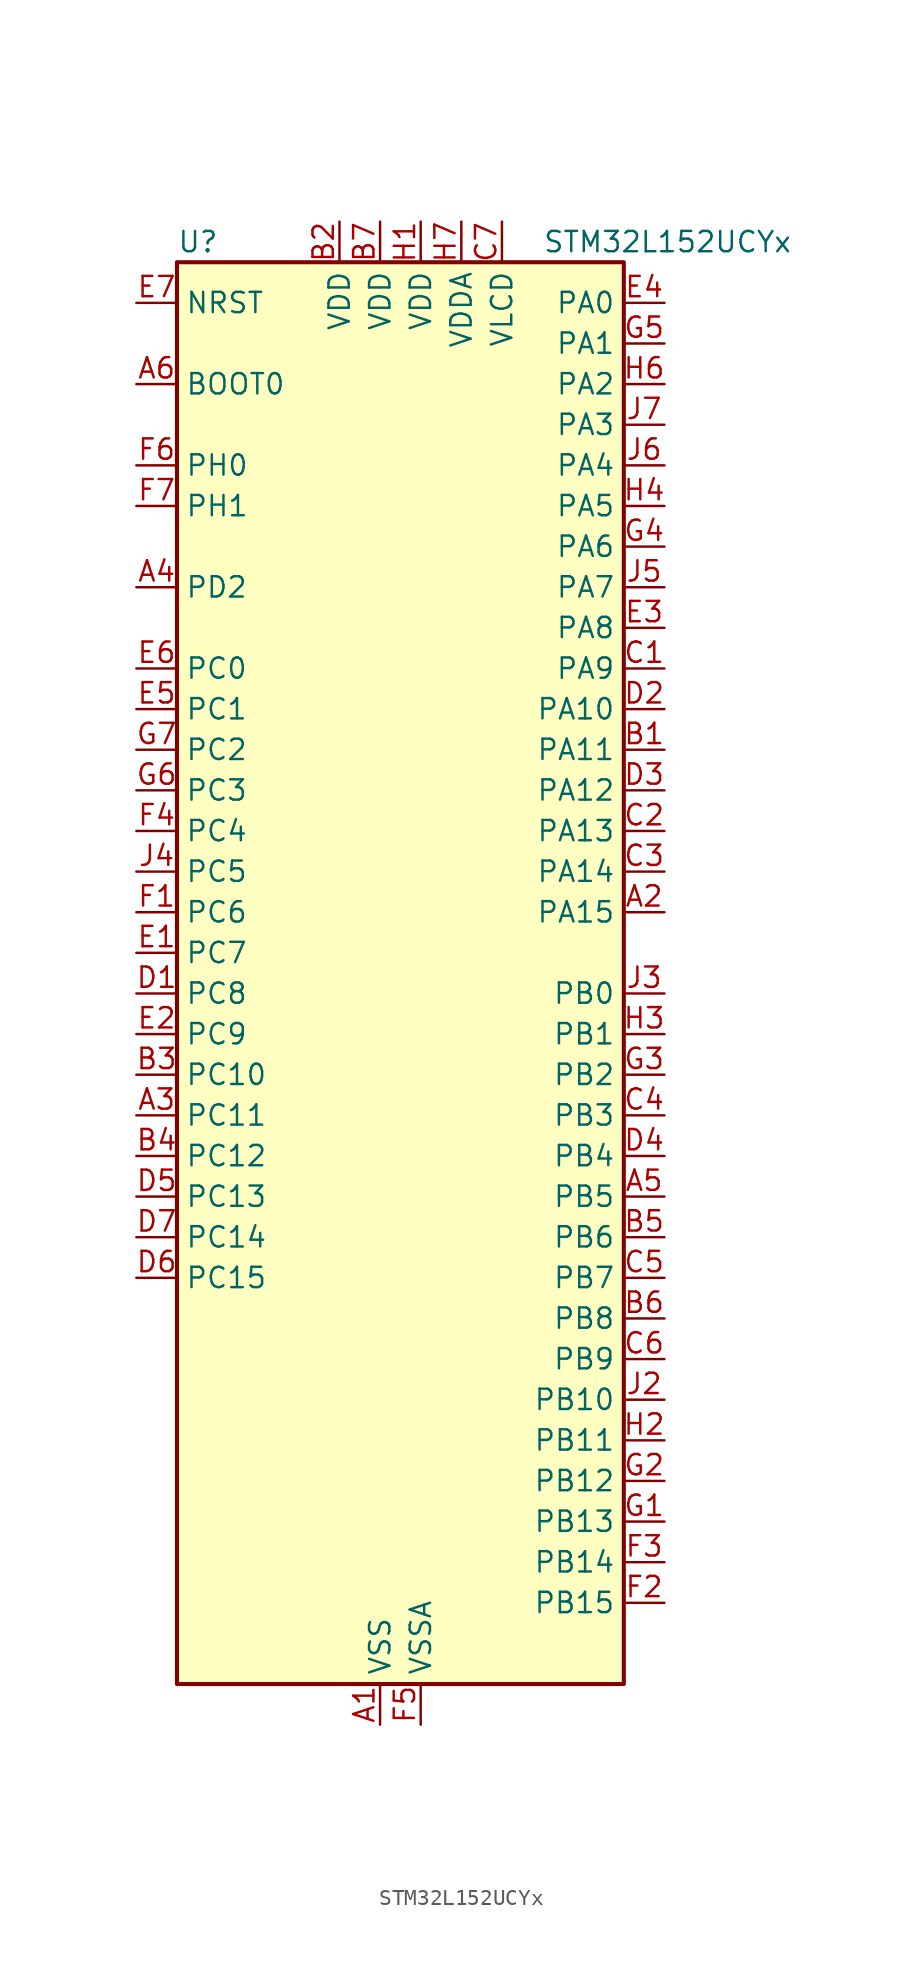
<source format=kicad_sym>
(kicad_symbol_lib
  (version 20220914)
  (generator kicad_symbol_editor)
  (symbol "STM32L152UCYx"
    (property "Reference" "U"
      (at -12.7 46.99 0)
      (effects (font (size 1.27 1.27)) (justify left)))
    (property "Value" "STM32L152UCYx"
      (at 10.16 46.99 0)
      (effects (font (size 1.27 1.27)) (justify left)))
    (property "ki_locked" ""
      (at 0 0 0)
      (effects (font (size 1.27 1.27))))
    (symbol "STM32L152UCYx_0_1"
      (rectangle (start -12.7 -43.18) (end 15.24 45.72) (stroke (width 0.254) (type default)) (fill (type background))))
    (symbol "STM32L152UCYx_1_1"
      (pin power_in line (at 0 -45.72 90) (length 2.54) (name "VSS" (effects (font (size 1.27 1.27)))) (number "A1" (effects (font (size 1.27 1.27)))))
      (pin bidirectional line (at 17.78 5.08 180) (length 2.54) (name "PA15" (effects (font (size 1.27 1.27)))) (number "A2" (effects (font (size 1.27 1.27)))) (alternate "ADC_EXTI15" bidirectional line) (alternate "I2S3_WS" bidirectional line) (alternate "LCD_SEG17" bidirectional line) (alternate "SPI1_NSS" bidirectional line) (alternate "SPI3_NSS" bidirectional line) (alternate "SYS_JTDI" bidirectional line) (alternate "TIM2_CH1" bidirectional line) (alternate "TIM2_ETR" bidirectional line) (alternate "TIMX_IC4" bidirectional line) (alternate "TS_G5_IO3" bidirectional line))
      (pin bidirectional line (at -15.24 -7.62 0) (length 2.54) (name "PC11" (effects (font (size 1.27 1.27)))) (number "A3" (effects (font (size 1.27 1.27)))) (alternate "ADC_EXTI11" bidirectional line) (alternate "LCD_COM5" bidirectional line) (alternate "LCD_SEG29" bidirectional line) (alternate "SPI3_MISO" bidirectional line) (alternate "TIMX_IC4" bidirectional line) (alternate "USART3_RX" bidirectional line))
      (pin bidirectional line (at -15.24 25.4 0) (length 2.54) (name "PD2" (effects (font (size 1.27 1.27)))) (number "A4" (effects (font (size 1.27 1.27)))) (alternate "LCD_COM7" bidirectional line) (alternate "LCD_SEG31" bidirectional line) (alternate "TIM3_ETR" bidirectional line) (alternate "TIMX_IC3" bidirectional line))
      (pin bidirectional line (at 17.78 -12.7 180) (length 2.54) (name "PB5" (effects (font (size 1.27 1.27)))) (number "A5" (effects (font (size 1.27 1.27)))) (alternate "COMP2_INP" bidirectional line) (alternate "I2C1_SMBA" bidirectional line) (alternate "I2S3_SD" bidirectional line) (alternate "LCD_SEG9" bidirectional line) (alternate "SPI1_MOSI" bidirectional line) (alternate "SPI3_MOSI" bidirectional line) (alternate "TIM3_CH2" bidirectional line) (alternate "TS_G6_IO2" bidirectional line))
      (pin input line (at -15.24 38.1 0) (length 2.54) (name "BOOT0" (effects (font (size 1.27 1.27)))) (number "A6" (effects (font (size 1.27 1.27)))))
      (pin passive line (at 0 -45.72 90) (length 2.54) hide (name "VSS" (effects (font (size 1.27 1.27)))) (number "A7" (effects (font (size 1.27 1.27)))))
      (pin bidirectional line (at 17.78 15.24 180) (length 2.54) (name "PA11" (effects (font (size 1.27 1.27)))) (number "B1" (effects (font (size 1.27 1.27)))) (alternate "ADC_EXTI11" bidirectional line) (alternate "SPI1_MISO" bidirectional line) (alternate "TIMX_IC4" bidirectional line) (alternate "USART1_CTS" bidirectional line) (alternate "USB_DM" bidirectional line))
      (pin power_in line (at -2.54 48.26 270) (length 2.54) (name "VDD" (effects (font (size 1.27 1.27)))) (number "B2" (effects (font (size 1.27 1.27)))))
      (pin bidirectional line (at -15.24 -5.08 0) (length 2.54) (name "PC10" (effects (font (size 1.27 1.27)))) (number "B3" (effects (font (size 1.27 1.27)))) (alternate "I2S3_CK" bidirectional line) (alternate "LCD_COM4" bidirectional line) (alternate "LCD_SEG28" bidirectional line) (alternate "SPI3_SCK" bidirectional line) (alternate "TIMX_IC3" bidirectional line) (alternate "USART3_TX" bidirectional line))
      (pin bidirectional line (at -15.24 -10.16 0) (length 2.54) (name "PC12" (effects (font (size 1.27 1.27)))) (number "B4" (effects (font (size 1.27 1.27)))) (alternate "I2S3_SD" bidirectional line) (alternate "LCD_COM6" bidirectional line) (alternate "LCD_SEG30" bidirectional line) (alternate "SPI3_MOSI" bidirectional line) (alternate "TIMX_IC1" bidirectional line) (alternate "USART3_CK" bidirectional line))
      (pin bidirectional line (at 17.78 -15.24 180) (length 2.54) (name "PB6" (effects (font (size 1.27 1.27)))) (number "B5" (effects (font (size 1.27 1.27)))) (alternate "COMP2_INP" bidirectional line) (alternate "I2C1_SCL" bidirectional line) (alternate "TIM4_CH1" bidirectional line) (alternate "TS_G6_IO3" bidirectional line) (alternate "USART1_TX" bidirectional line))
      (pin bidirectional line (at 17.78 -20.32 180) (length 2.54) (name "PB8" (effects (font (size 1.27 1.27)))) (number "B6" (effects (font (size 1.27 1.27)))) (alternate "I2C1_SCL" bidirectional line) (alternate "LCD_SEG16" bidirectional line) (alternate "TIM10_CH1" bidirectional line) (alternate "TIM4_CH3" bidirectional line))
      (pin power_in line (at 0 48.26 270) (length 2.54) (name "VDD" (effects (font (size 1.27 1.27)))) (number "B7" (effects (font (size 1.27 1.27)))))
      (pin bidirectional line (at 17.78 20.32 180) (length 2.54) (name "PA9" (effects (font (size 1.27 1.27)))) (number "C1" (effects (font (size 1.27 1.27)))) (alternate "DAC_EXTI9" bidirectional line) (alternate "LCD_COM1" bidirectional line) (alternate "TIMX_IC2" bidirectional line) (alternate "TS_G4_IO2" bidirectional line) (alternate "USART1_TX" bidirectional line))
      (pin bidirectional line (at 17.78 10.16 180) (length 2.54) (name "PA13" (effects (font (size 1.27 1.27)))) (number "C2" (effects (font (size 1.27 1.27)))) (alternate "SYS_JTMS-SWDIO" bidirectional line) (alternate "TIMX_IC2" bidirectional line) (alternate "TS_G5_IO1" bidirectional line))
      (pin bidirectional line (at 17.78 7.62 180) (length 2.54) (name "PA14" (effects (font (size 1.27 1.27)))) (number "C3" (effects (font (size 1.27 1.27)))) (alternate "SYS_JTCK-SWCLK" bidirectional line) (alternate "TIMX_IC3" bidirectional line) (alternate "TS_G5_IO2" bidirectional line))
      (pin bidirectional line (at 17.78 -7.62 180) (length 2.54) (name "PB3" (effects (font (size 1.27 1.27)))) (number "C4" (effects (font (size 1.27 1.27)))) (alternate "COMP2_INM" bidirectional line) (alternate "I2S3_CK" bidirectional line) (alternate "LCD_SEG7" bidirectional line) (alternate "SPI1_SCK" bidirectional line) (alternate "SPI3_SCK" bidirectional line) (alternate "SYS_JTDO-TRACESWO" bidirectional line) (alternate "TIM2_CH2" bidirectional line))
      (pin bidirectional line (at 17.78 -17.78 180) (length 2.54) (name "PB7" (effects (font (size 1.27 1.27)))) (number "C5" (effects (font (size 1.27 1.27)))) (alternate "COMP2_INP" bidirectional line) (alternate "I2C1_SDA" bidirectional line) (alternate "SYS_PVD_IN" bidirectional line) (alternate "TIM4_CH2" bidirectional line) (alternate "TS_G6_IO4" bidirectional line) (alternate "USART1_RX" bidirectional line))
      (pin bidirectional line (at 17.78 -22.86 180) (length 2.54) (name "PB9" (effects (font (size 1.27 1.27)))) (number "C6" (effects (font (size 1.27 1.27)))) (alternate "DAC_EXTI9" bidirectional line) (alternate "I2C1_SDA" bidirectional line) (alternate "LCD_COM3" bidirectional line) (alternate "TIM11_CH1" bidirectional line) (alternate "TIM4_CH4" bidirectional line))
      (pin power_in line (at 7.62 48.26 270) (length 2.54) (name "VLCD" (effects (font (size 1.27 1.27)))) (number "C7" (effects (font (size 1.27 1.27)))))
      (pin bidirectional line (at -15.24 0 0) (length 2.54) (name "PC8" (effects (font (size 1.27 1.27)))) (number "D1" (effects (font (size 1.27 1.27)))) (alternate "LCD_SEG26" bidirectional line) (alternate "TIM3_CH3" bidirectional line) (alternate "TIMX_IC1" bidirectional line) (alternate "TS_G10_IO3" bidirectional line))
      (pin bidirectional line (at 17.78 17.78 180) (length 2.54) (name "PA10" (effects (font (size 1.27 1.27)))) (number "D2" (effects (font (size 1.27 1.27)))) (alternate "LCD_COM2" bidirectional line) (alternate "TIMX_IC3" bidirectional line) (alternate "TS_G4_IO3" bidirectional line) (alternate "USART1_RX" bidirectional line))
      (pin bidirectional line (at 17.78 12.7 180) (length 2.54) (name "PA12" (effects (font (size 1.27 1.27)))) (number "D3" (effects (font (size 1.27 1.27)))) (alternate "SPI1_MOSI" bidirectional line) (alternate "TIMX_IC1" bidirectional line) (alternate "USART1_RTS" bidirectional line) (alternate "USB_DP" bidirectional line))
      (pin bidirectional line (at 17.78 -10.16 180) (length 2.54) (name "PB4" (effects (font (size 1.27 1.27)))) (number "D4" (effects (font (size 1.27 1.27)))) (alternate "COMP2_INP" bidirectional line) (alternate "LCD_SEG8" bidirectional line) (alternate "SPI1_MISO" bidirectional line) (alternate "SPI3_MISO" bidirectional line) (alternate "SYS_JTRST" bidirectional line) (alternate "TIM3_CH1" bidirectional line) (alternate "TS_G6_IO1" bidirectional line))
      (pin bidirectional line (at -15.24 -12.7 0) (length 2.54) (name "PC13" (effects (font (size 1.27 1.27)))) (number "D5" (effects (font (size 1.27 1.27)))) (alternate "RTC_OUT_ALARM" bidirectional line) (alternate "RTC_OUT_CALIB" bidirectional line) (alternate "RTC_TAMP1" bidirectional line) (alternate "RTC_TS" bidirectional line) (alternate "SYS_WKUP2" bidirectional line) (alternate "TIMX_IC2" bidirectional line))
      (pin bidirectional line (at -15.24 -17.78 0) (length 2.54) (name "PC15" (effects (font (size 1.27 1.27)))) (number "D6" (effects (font (size 1.27 1.27)))) (alternate "ADC_EXTI15" bidirectional line) (alternate "RCC_OSC32_OUT" bidirectional line) (alternate "TIMX_IC4" bidirectional line))
      (pin bidirectional line (at -15.24 -15.24 0) (length 2.54) (name "PC14" (effects (font (size 1.27 1.27)))) (number "D7" (effects (font (size 1.27 1.27)))) (alternate "RCC_OSC32_IN" bidirectional line) (alternate "TIMX_IC3" bidirectional line))
      (pin bidirectional line (at -15.24 2.54 0) (length 2.54) (name "PC7" (effects (font (size 1.27 1.27)))) (number "E1" (effects (font (size 1.27 1.27)))) (alternate "I2S3_MCK" bidirectional line) (alternate "LCD_SEG25" bidirectional line) (alternate "TIM3_CH2" bidirectional line) (alternate "TIMX_IC4" bidirectional line) (alternate "TS_G10_IO2" bidirectional line))
      (pin bidirectional line (at -15.24 -2.54 0) (length 2.54) (name "PC9" (effects (font (size 1.27 1.27)))) (number "E2" (effects (font (size 1.27 1.27)))) (alternate "DAC_EXTI9" bidirectional line) (alternate "LCD_SEG27" bidirectional line) (alternate "TIM3_CH4" bidirectional line) (alternate "TIMX_IC2" bidirectional line) (alternate "TS_G10_IO4" bidirectional line))
      (pin bidirectional line (at 17.78 22.86 180) (length 2.54) (name "PA8" (effects (font (size 1.27 1.27)))) (number "E3" (effects (font (size 1.27 1.27)))) (alternate "LCD_COM0" bidirectional line) (alternate "RCC_MCO" bidirectional line) (alternate "TIMX_IC1" bidirectional line) (alternate "TS_G4_IO1" bidirectional line) (alternate "USART1_CK" bidirectional line))
      (pin bidirectional line (at 17.78 43.18 180) (length 2.54) (name "PA0" (effects (font (size 1.27 1.27)))) (number "E4" (effects (font (size 1.27 1.27)))) (alternate "ADC_IN0" bidirectional line) (alternate "COMP1_INP" bidirectional line) (alternate "RTC_TAMP2" bidirectional line) (alternate "SYS_WKUP1" bidirectional line) (alternate "TIM2_CH1" bidirectional line) (alternate "TIM2_ETR" bidirectional line) (alternate "TIM5_CH1" bidirectional line) (alternate "TIMX_IC1" bidirectional line) (alternate "TS_G1_IO1" bidirectional line) (alternate "USART2_CTS" bidirectional line))
      (pin bidirectional line (at -15.24 17.78 0) (length 2.54) (name "PC1" (effects (font (size 1.27 1.27)))) (number "E5" (effects (font (size 1.27 1.27)))) (alternate "ADC_IN11" bidirectional line) (alternate "COMP1_INP" bidirectional line) (alternate "LCD_SEG19" bidirectional line) (alternate "TIMX_IC2" bidirectional line) (alternate "TS_G8_IO2" bidirectional line))
      (pin bidirectional line (at -15.24 20.32 0) (length 2.54) (name "PC0" (effects (font (size 1.27 1.27)))) (number "E6" (effects (font (size 1.27 1.27)))) (alternate "ADC_IN10" bidirectional line) (alternate "COMP1_INP" bidirectional line) (alternate "LCD_SEG18" bidirectional line) (alternate "TIMX_IC1" bidirectional line) (alternate "TS_G8_IO1" bidirectional line))
      (pin input line (at -15.24 43.18 0) (length 2.54) (name "NRST" (effects (font (size 1.27 1.27)))) (number "E7" (effects (font (size 1.27 1.27)))))
      (pin bidirectional line (at -15.24 5.08 0) (length 2.54) (name "PC6" (effects (font (size 1.27 1.27)))) (number "F1" (effects (font (size 1.27 1.27)))) (alternate "I2S2_MCK" bidirectional line) (alternate "LCD_SEG24" bidirectional line) (alternate "TIM3_CH1" bidirectional line) (alternate "TIMX_IC3" bidirectional line) (alternate "TS_G10_IO1" bidirectional line))
      (pin bidirectional line (at 17.78 -38.1 180) (length 2.54) (name "PB15" (effects (font (size 1.27 1.27)))) (number "F2" (effects (font (size 1.27 1.27)))) (alternate "ADC_EXTI15" bidirectional line) (alternate "ADC_IN21" bidirectional line) (alternate "COMP1_INP" bidirectional line) (alternate "I2S2_SD" bidirectional line) (alternate "LCD_SEG15" bidirectional line) (alternate "RTC_REFIN" bidirectional line) (alternate "SPI2_MOSI" bidirectional line) (alternate "TIM11_CH1" bidirectional line) (alternate "TS_G7_IO4" bidirectional line))
      (pin bidirectional line (at 17.78 -35.56 180) (length 2.54) (name "PB14" (effects (font (size 1.27 1.27)))) (number "F3" (effects (font (size 1.27 1.27)))) (alternate "ADC_IN20" bidirectional line) (alternate "COMP1_INP" bidirectional line) (alternate "LCD_SEG14" bidirectional line) (alternate "SPI2_MISO" bidirectional line) (alternate "TIM9_CH2" bidirectional line) (alternate "TS_G7_IO3" bidirectional line) (alternate "USART3_RTS" bidirectional line))
      (pin bidirectional line (at -15.24 10.16 0) (length 2.54) (name "PC4" (effects (font (size 1.27 1.27)))) (number "F4" (effects (font (size 1.27 1.27)))) (alternate "ADC_IN14" bidirectional line) (alternate "COMP1_INP" bidirectional line) (alternate "LCD_SEG22" bidirectional line) (alternate "TIMX_IC1" bidirectional line) (alternate "TS_G9_IO1" bidirectional line))
      (pin power_in line (at 2.54 -45.72 90) (length 2.54) (name "VSSA" (effects (font (size 1.27 1.27)))) (number "F5" (effects (font (size 1.27 1.27)))))
      (pin bidirectional line (at -15.24 33.02 0) (length 2.54) (name "PH0" (effects (font (size 1.27 1.27)))) (number "F6" (effects (font (size 1.27 1.27)))) (alternate "RCC_OSC_IN" bidirectional line))
      (pin bidirectional line (at -15.24 30.48 0) (length 2.54) (name "PH1" (effects (font (size 1.27 1.27)))) (number "F7" (effects (font (size 1.27 1.27)))) (alternate "RCC_OSC_OUT" bidirectional line))
      (pin bidirectional line (at 17.78 -33.02 180) (length 2.54) (name "PB13" (effects (font (size 1.27 1.27)))) (number "G1" (effects (font (size 1.27 1.27)))) (alternate "ADC_IN19" bidirectional line) (alternate "COMP1_INP" bidirectional line) (alternate "I2S2_CK" bidirectional line) (alternate "LCD_SEG13" bidirectional line) (alternate "SPI2_SCK" bidirectional line) (alternate "TIM9_CH1" bidirectional line) (alternate "TS_G7_IO2" bidirectional line) (alternate "USART3_CTS" bidirectional line))
      (pin bidirectional line (at 17.78 -30.48 180) (length 2.54) (name "PB12" (effects (font (size 1.27 1.27)))) (number "G2" (effects (font (size 1.27 1.27)))) (alternate "ADC_IN18" bidirectional line) (alternate "COMP1_INP" bidirectional line) (alternate "I2C2_SMBA" bidirectional line) (alternate "I2S2_WS" bidirectional line) (alternate "LCD_SEG12" bidirectional line) (alternate "SPI2_NSS" bidirectional line) (alternate "TIM10_CH1" bidirectional line) (alternate "TS_G7_IO1" bidirectional line) (alternate "USART3_CK" bidirectional line))
      (pin bidirectional line (at 17.78 -5.08 180) (length 2.54) (name "PB2" (effects (font (size 1.27 1.27)))) (number "G3" (effects (font (size 1.27 1.27)))) (alternate "TS_G3_IO3" bidirectional line))
      (pin bidirectional line (at 17.78 27.94 180) (length 2.54) (name "PA6" (effects (font (size 1.27 1.27)))) (number "G4" (effects (font (size 1.27 1.27)))) (alternate "ADC_IN6" bidirectional line) (alternate "COMP1_INP" bidirectional line) (alternate "LCD_SEG3" bidirectional line) (alternate "OPAMP2_VINP" bidirectional line) (alternate "SPI1_MISO" bidirectional line) (alternate "TIM10_CH1" bidirectional line) (alternate "TIM3_CH1" bidirectional line) (alternate "TIMX_IC3" bidirectional line) (alternate "TS_G2_IO1" bidirectional line))
      (pin bidirectional line (at 17.78 40.64 180) (length 2.54) (name "PA1" (effects (font (size 1.27 1.27)))) (number "G5" (effects (font (size 1.27 1.27)))) (alternate "ADC_IN1" bidirectional line) (alternate "COMP1_INP" bidirectional line) (alternate "LCD_SEG0" bidirectional line) (alternate "OPAMP1_VINP" bidirectional line) (alternate "TIM2_CH2" bidirectional line) (alternate "TIM5_CH2" bidirectional line) (alternate "TIMX_IC2" bidirectional line) (alternate "TS_G1_IO2" bidirectional line) (alternate "USART2_RTS" bidirectional line))
      (pin bidirectional line (at -15.24 12.7 0) (length 2.54) (name "PC3" (effects (font (size 1.27 1.27)))) (number "G6" (effects (font (size 1.27 1.27)))) (alternate "ADC_IN13" bidirectional line) (alternate "COMP1_INP" bidirectional line) (alternate "LCD_SEG21" bidirectional line) (alternate "TIMX_IC4" bidirectional line) (alternate "TS_G8_IO4" bidirectional line))
      (pin bidirectional line (at -15.24 15.24 0) (length 2.54) (name "PC2" (effects (font (size 1.27 1.27)))) (number "G7" (effects (font (size 1.27 1.27)))) (alternate "ADC_IN12" bidirectional line) (alternate "COMP1_INP" bidirectional line) (alternate "LCD_SEG20" bidirectional line) (alternate "TIMX_IC3" bidirectional line) (alternate "TS_G8_IO3" bidirectional line))
      (pin power_in line (at 2.54 48.26 270) (length 2.54) (name "VDD" (effects (font (size 1.27 1.27)))) (number "H1" (effects (font (size 1.27 1.27)))))
      (pin bidirectional line (at 17.78 -27.94 180) (length 2.54) (name "PB11" (effects (font (size 1.27 1.27)))) (number "H2" (effects (font (size 1.27 1.27)))) (alternate "ADC_EXTI11" bidirectional line) (alternate "I2C2_SDA" bidirectional line) (alternate "LCD_SEG11" bidirectional line) (alternate "TIM2_CH4" bidirectional line) (alternate "USART3_RX" bidirectional line))
      (pin bidirectional line (at 17.78 -2.54 180) (length 2.54) (name "PB1" (effects (font (size 1.27 1.27)))) (number "H3" (effects (font (size 1.27 1.27)))) (alternate "ADC_IN9" bidirectional line) (alternate "COMP1_INP" bidirectional line) (alternate "LCD_SEG6" bidirectional line) (alternate "SYS_V_REF_OUT" bidirectional line) (alternate "TIM3_CH4" bidirectional line) (alternate "TS_G3_IO2" bidirectional line))
      (pin bidirectional line (at 17.78 30.48 180) (length 2.54) (name "PA5" (effects (font (size 1.27 1.27)))) (number "H4" (effects (font (size 1.27 1.27)))) (alternate "ADC_IN5" bidirectional line) (alternate "COMP1_INP" bidirectional line) (alternate "DAC_OUT2" bidirectional line) (alternate "SPI1_SCK" bidirectional line) (alternate "TIM2_CH1" bidirectional line) (alternate "TIM2_ETR" bidirectional line) (alternate "TIMX_IC2" bidirectional line))
      (pin passive line (at 0 -45.72 90) (length 2.54) hide (name "VSS" (effects (font (size 1.27 1.27)))) (number "H5" (effects (font (size 1.27 1.27)))))
      (pin bidirectional line (at 17.78 38.1 180) (length 2.54) (name "PA2" (effects (font (size 1.27 1.27)))) (number "H6" (effects (font (size 1.27 1.27)))) (alternate "ADC_IN2" bidirectional line) (alternate "COMP1_INP" bidirectional line) (alternate "LCD_SEG1" bidirectional line) (alternate "OPAMP1_VINM" bidirectional line) (alternate "TIM2_CH3" bidirectional line) (alternate "TIM5_CH3" bidirectional line) (alternate "TIM9_CH1" bidirectional line) (alternate "TIMX_IC3" bidirectional line) (alternate "TS_G1_IO3" bidirectional line) (alternate "USART2_TX" bidirectional line))
      (pin power_in line (at 5.08 48.26 270) (length 2.54) (name "VDDA" (effects (font (size 1.27 1.27)))) (number "H7" (effects (font (size 1.27 1.27)))))
      (pin passive line (at 0 -45.72 90) (length 2.54) hide (name "VSS" (effects (font (size 1.27 1.27)))) (number "J1" (effects (font (size 1.27 1.27)))))
      (pin bidirectional line (at 17.78 -25.4 180) (length 2.54) (name "PB10" (effects (font (size 1.27 1.27)))) (number "J2" (effects (font (size 1.27 1.27)))) (alternate "I2C2_SCL" bidirectional line) (alternate "LCD_SEG10" bidirectional line) (alternate "TIM2_CH3" bidirectional line) (alternate "USART3_TX" bidirectional line))
      (pin bidirectional line (at 17.78 0 180) (length 2.54) (name "PB0" (effects (font (size 1.27 1.27)))) (number "J3" (effects (font (size 1.27 1.27)))) (alternate "ADC_IN8" bidirectional line) (alternate "COMP1_INP" bidirectional line) (alternate "LCD_SEG5" bidirectional line) (alternate "OPAMP2_VOUT" bidirectional line) (alternate "SYS_V_REF_OUT" bidirectional line) (alternate "TIM3_CH3" bidirectional line) (alternate "TS_G3_IO1" bidirectional line))
      (pin bidirectional line (at -15.24 7.62 0) (length 2.54) (name "PC5" (effects (font (size 1.27 1.27)))) (number "J4" (effects (font (size 1.27 1.27)))) (alternate "ADC_IN15" bidirectional line) (alternate "COMP1_INP" bidirectional line) (alternate "LCD_SEG23" bidirectional line) (alternate "TIMX_IC2" bidirectional line) (alternate "TS_G9_IO2" bidirectional line))
      (pin bidirectional line (at 17.78 25.4 180) (length 2.54) (name "PA7" (effects (font (size 1.27 1.27)))) (number "J5" (effects (font (size 1.27 1.27)))) (alternate "ADC_IN7" bidirectional line) (alternate "COMP1_INP" bidirectional line) (alternate "LCD_SEG4" bidirectional line) (alternate "OPAMP2_VINM" bidirectional line) (alternate "SPI1_MOSI" bidirectional line) (alternate "TIM11_CH1" bidirectional line) (alternate "TIM3_CH2" bidirectional line) (alternate "TIMX_IC4" bidirectional line) (alternate "TS_G2_IO2" bidirectional line))
      (pin bidirectional line (at 17.78 33.02 180) (length 2.54) (name "PA4" (effects (font (size 1.27 1.27)))) (number "J6" (effects (font (size 1.27 1.27)))) (alternate "ADC_IN4" bidirectional line) (alternate "COMP1_INP" bidirectional line) (alternate "DAC_OUT1" bidirectional line) (alternate "I2S3_WS" bidirectional line) (alternate "SPI1_NSS" bidirectional line) (alternate "SPI3_NSS" bidirectional line) (alternate "TIMX_IC1" bidirectional line) (alternate "USART2_CK" bidirectional line))
      (pin bidirectional line (at 17.78 35.56 180) (length 2.54) (name "PA3" (effects (font (size 1.27 1.27)))) (number "J7" (effects (font (size 1.27 1.27)))) (alternate "ADC_IN3" bidirectional line) (alternate "COMP1_INP" bidirectional line) (alternate "LCD_SEG2" bidirectional line) (alternate "OPAMP1_VOUT" bidirectional line) (alternate "TIM2_CH4" bidirectional line) (alternate "TIM5_CH4" bidirectional line) (alternate "TIM9_CH2" bidirectional line) (alternate "TIMX_IC4" bidirectional line) (alternate "TS_G1_IO4" bidirectional line) (alternate "USART2_RX" bidirectional line)))))
</source>
